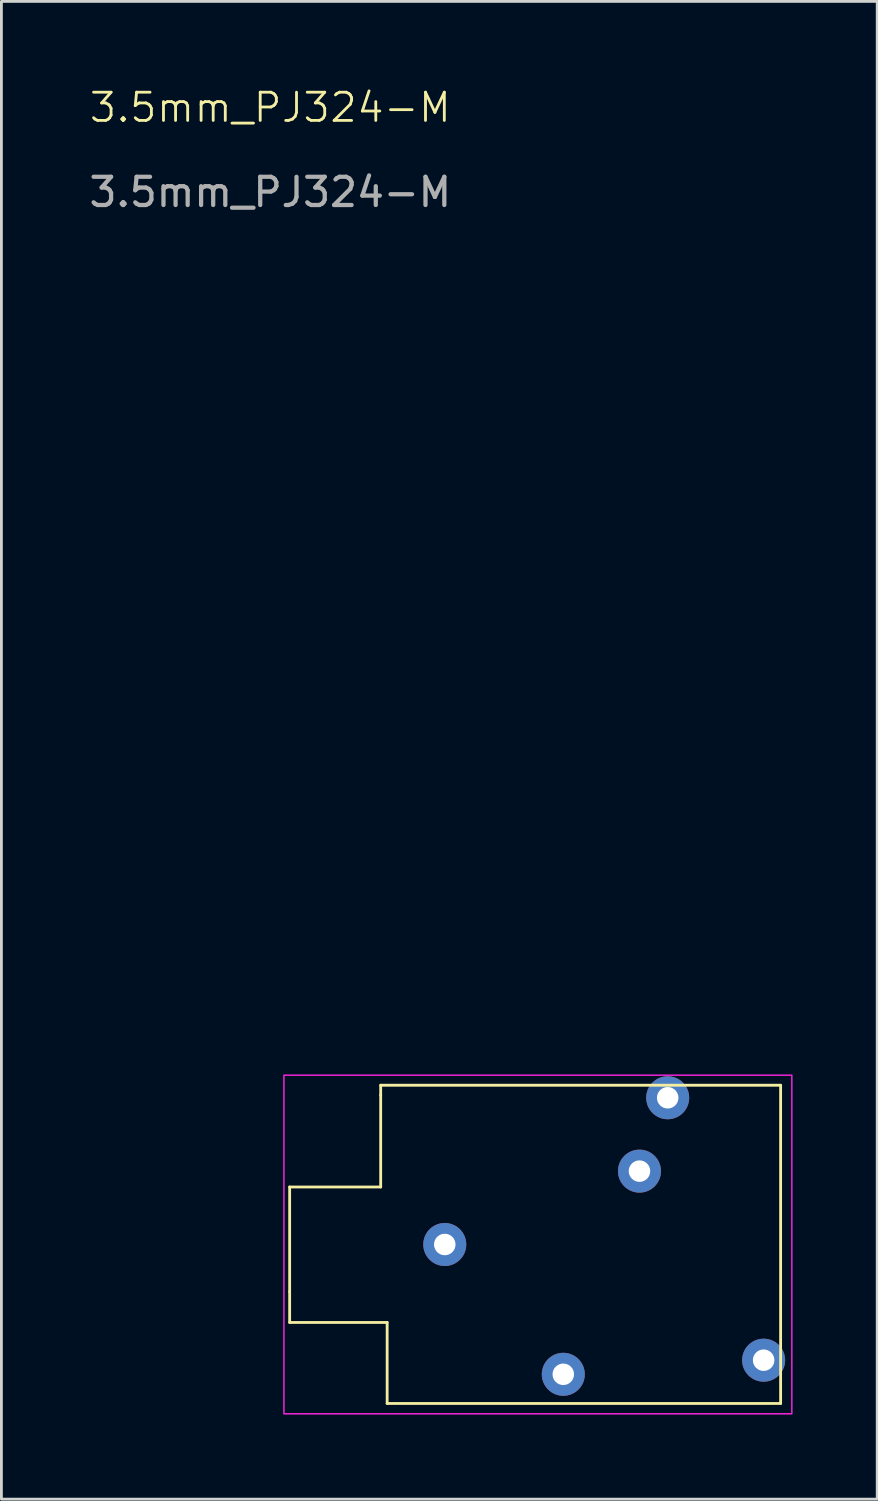
<source format=kicad_pcb>
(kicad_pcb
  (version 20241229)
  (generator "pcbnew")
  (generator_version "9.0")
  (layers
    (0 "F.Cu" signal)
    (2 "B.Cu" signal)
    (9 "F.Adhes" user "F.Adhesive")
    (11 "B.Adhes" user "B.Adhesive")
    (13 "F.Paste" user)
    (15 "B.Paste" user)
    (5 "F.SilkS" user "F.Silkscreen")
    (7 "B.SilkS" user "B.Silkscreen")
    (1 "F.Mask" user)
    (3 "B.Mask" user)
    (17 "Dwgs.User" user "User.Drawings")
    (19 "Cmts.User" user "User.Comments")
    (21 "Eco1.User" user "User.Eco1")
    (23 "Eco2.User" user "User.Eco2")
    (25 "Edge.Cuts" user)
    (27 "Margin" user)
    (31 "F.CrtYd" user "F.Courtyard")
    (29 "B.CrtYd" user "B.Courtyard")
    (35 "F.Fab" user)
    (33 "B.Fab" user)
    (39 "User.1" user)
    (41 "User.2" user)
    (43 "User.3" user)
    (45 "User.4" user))
  (footprint "3.5mm_PJ324-M"
    (layer "F.Cu")
    (at 7.012 35.053)
    (property "Reference" "3.5mm_PJ324-M" (at -0.483 -34.293 0) (unlocked yes) (layer "F.SilkS") (effects (font (size 1 1) (thickness 0.1))))
    (attr through_hole)
    (fp_line (start 0.203 3.962) (end 0.203 7.671) (stroke (width 0.1) (type default)) (layer "F.SilkS"))
    (fp_line (start 0.203 7.671) (end 0.203 8.763) (stroke (width 0.1) (type default)) (layer "F.SilkS"))
    (fp_line (start 0.203 8.763) (end 3.658 8.763) (stroke (width 0.1) (type default)) (layer "F.SilkS"))
    (fp_line (start 3.429 0.356) (end 3.429 0.711) (stroke (width 0.1) (type default)) (layer "F.SilkS"))
    (fp_line (start 3.429 0.711) (end 3.429 3.962) (stroke (width 0.1) (type default)) (layer "F.SilkS"))
    (fp_line (start 3.429 3.962) (end 0.203 3.962) (stroke (width 0.1) (type default)) (layer "F.SilkS"))
    (fp_line (start 3.658 8.763) (end 3.658 11.633) (stroke (width 0.1) (type default)) (layer "F.SilkS"))
    (fp_line (start 3.658 11.633) (end 17.602 11.633) (stroke (width 0.1) (type default)) (layer "F.SilkS"))
    (fp_line (start 17.602 0.356) (end 3.429 0.356) (stroke (width 0.1) (type default)) (layer "F.SilkS"))
    (fp_line (start 17.602 11.633) (end 17.602 0.356) (stroke (width 0.1) (type default)) (layer "F.SilkS"))
    (fp_rect (start 0 0) (end 18 12) (stroke (width 0.05) (type default)) (fill no) (layer "F.CrtYd"))
    (fp_text user "${REFERENCE}" (at -0.483 -31.293 0) (unlocked yes) (layer "F.Fab") (effects (font (size 1 1) (thickness 0.15))))
    (pad "1" thru_hole circle (at 5.7 6) (size 1.524 1.524) (drill 0.762) (layers "*.Cu" "*.Mask"))
    (pad "2" thru_hole circle (at 13.6 0.8) (size 1.524 1.524) (drill 0.762) (layers "*.Cu" "*.Mask"))
    (pad "3" thru_hole circle (at 12.6 3.4) (size 1.524 1.524) (drill 0.762) (layers "*.Cu" "*.Mask"))
    (pad "4" thru_hole circle (at 17 10.1) (size 1.524 1.524) (drill 0.762) (layers "*.Cu" "*.Mask"))
    (pad "5" thru_hole circle (at 9.9 10.6) (size 1.524 1.524) (drill 0.762) (layers "*.Cu" "*.Mask")))
  (gr_rect
    (start -3 -3)
    (end 28.037 50.078)
    (stroke (width 0.1) (type default))
    (fill no)
    (layer "Edge.Cuts")))
</source>
